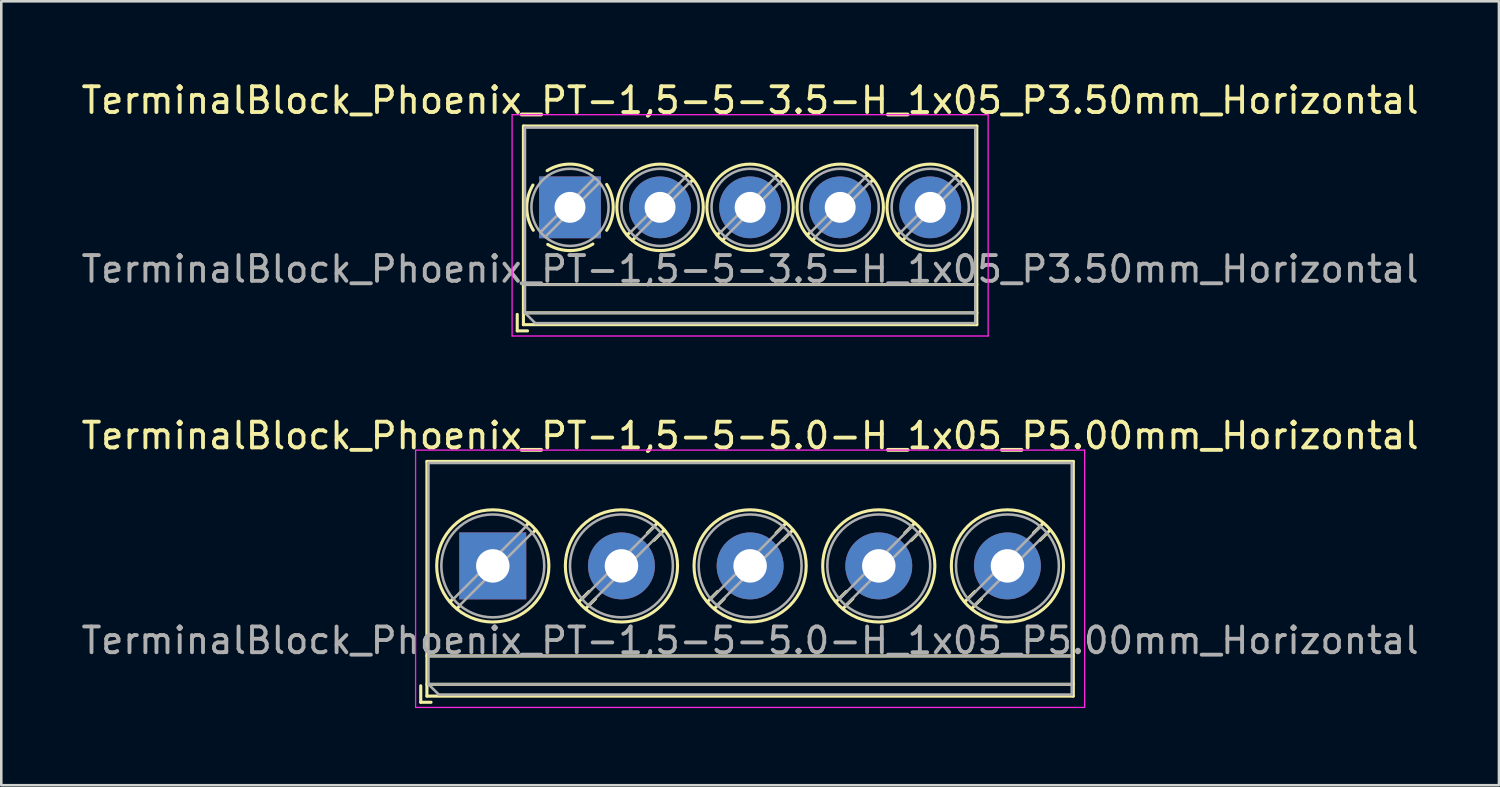
<source format=kicad_pcb>
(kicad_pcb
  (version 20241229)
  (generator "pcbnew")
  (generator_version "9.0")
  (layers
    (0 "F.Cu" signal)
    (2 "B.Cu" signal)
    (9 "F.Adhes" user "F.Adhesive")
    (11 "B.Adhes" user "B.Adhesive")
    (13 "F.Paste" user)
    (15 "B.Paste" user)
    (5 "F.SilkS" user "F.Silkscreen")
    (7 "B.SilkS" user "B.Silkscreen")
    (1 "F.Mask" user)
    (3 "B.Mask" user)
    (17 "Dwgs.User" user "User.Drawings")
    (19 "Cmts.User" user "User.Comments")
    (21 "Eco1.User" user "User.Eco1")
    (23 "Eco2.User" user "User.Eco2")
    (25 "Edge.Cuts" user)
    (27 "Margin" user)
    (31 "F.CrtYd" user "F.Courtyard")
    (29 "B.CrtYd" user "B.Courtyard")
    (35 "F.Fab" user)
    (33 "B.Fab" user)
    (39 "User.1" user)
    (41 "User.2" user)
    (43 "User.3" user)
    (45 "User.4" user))
  (footprint "TerminalBlock_Phoenix_PT-1,5-5-3.5-H_1x05_P3.50mm_Horizontal"
    (layer "F.Cu")
    (at 19.101 5.008)
    (property "Reference" "TerminalBlock_Phoenix_PT-1,5-5-3.5-H_1x05_P3.50mm_Horizontal" (at 7 -4.16 0) (layer "F.SilkS") (effects (font (size 1 1) (thickness 0.15))))
    (attr through_hole)
    (fp_line (start -2.05 4.16) (end -2.05 4.8) (stroke (width 0.12) (type solid)) (layer "F.SilkS"))
    (fp_line (start -2.05 4.8) (end -1.65 4.8) (stroke (width 0.12) (type solid)) (layer "F.SilkS"))
    (fp_line (start -1.81 -3.16) (end -1.81 4.56) (stroke (width 0.12) (type solid)) (layer "F.SilkS"))
    (fp_line (start -1.81 -3.16) (end 15.81 -3.16) (stroke (width 0.12) (type solid)) (layer "F.SilkS"))
    (fp_line (start -1.81 3) (end 15.81 3) (stroke (width 0.12) (type solid)) (layer "F.SilkS"))
    (fp_line (start -1.81 4.1) (end 15.81 4.1) (stroke (width 0.12) (type solid)) (layer "F.SilkS"))
    (fp_line (start -1.81 4.56) (end 15.81 4.56) (stroke (width 0.12) (type solid)) (layer "F.SilkS"))
    (fp_line (start 2.355 0.941) (end 2.226 1.069) (stroke (width 0.12) (type solid)) (layer "F.SilkS"))
    (fp_line (start 2.525 1.181) (end 2.431 1.274) (stroke (width 0.12) (type solid)) (layer "F.SilkS"))
    (fp_line (start 4.57 -1.275) (end 4.476 -1.181) (stroke (width 0.12) (type solid)) (layer "F.SilkS"))
    (fp_line (start 4.775 -1.069) (end 4.646 -0.941) (stroke (width 0.12) (type solid)) (layer "F.SilkS"))
    (fp_line (start 5.855 0.941) (end 5.726 1.069) (stroke (width 0.12) (type solid)) (layer "F.SilkS"))
    (fp_line (start 6.025 1.181) (end 5.931 1.274) (stroke (width 0.12) (type solid)) (layer "F.SilkS"))
    (fp_line (start 8.07 -1.275) (end 7.976 -1.181) (stroke (width 0.12) (type solid)) (layer "F.SilkS"))
    (fp_line (start 8.275 -1.069) (end 8.146 -0.941) (stroke (width 0.12) (type solid)) (layer "F.SilkS"))
    (fp_line (start 9.355 0.941) (end 9.226 1.069) (stroke (width 0.12) (type solid)) (layer "F.SilkS"))
    (fp_line (start 9.525 1.181) (end 9.431 1.274) (stroke (width 0.12) (type solid)) (layer "F.SilkS"))
    (fp_line (start 11.57 -1.275) (end 11.476 -1.181) (stroke (width 0.12) (type solid)) (layer "F.SilkS"))
    (fp_line (start 11.775 -1.069) (end 11.646 -0.941) (stroke (width 0.12) (type solid)) (layer "F.SilkS"))
    (fp_line (start 12.855 0.941) (end 12.726 1.069) (stroke (width 0.12) (type solid)) (layer "F.SilkS"))
    (fp_line (start 13.025 1.181) (end 12.931 1.274) (stroke (width 0.12) (type solid)) (layer "F.SilkS"))
    (fp_line (start 15.07 -1.275) (end 14.976 -1.181) (stroke (width 0.12) (type solid)) (layer "F.SilkS"))
    (fp_line (start 15.275 -1.069) (end 15.146 -0.941) (stroke (width 0.12) (type solid)) (layer "F.SilkS"))
    (fp_line (start 15.81 -3.16) (end 15.81 4.56) (stroke (width 0.12) (type solid)) (layer "F.SilkS"))
    (fp_arc (start -1.425358 0.889894) (mid -1.680286 0.014012) (end -1.44 -0.866) (stroke (width 0.12) (type solid)) (layer "F.SilkS"))
    (fp_arc (start -0.889894 -1.425358) (mid -0.014012 -1.680286) (end 0.866 -1.44) (stroke (width 0.12) (type solid)) (layer "F.SilkS"))
    (fp_arc (start 0.028674 1.680099) (mid -0.435535 1.622918) (end -0.866 1.44) (stroke (width 0.12) (type solid)) (layer "F.SilkS"))
    (fp_arc (start 0.890264 1.424721) (mid 0.463071 1.61492) (end 0 1.68) (stroke (width 0.12) (type solid)) (layer "F.SilkS"))
    (fp_arc (start 1.425504 -0.890193) (mid 1.680626 0.000476) (end 1.425 0.891) (stroke (width 0.12) (type solid)) (layer "F.SilkS"))
    (fp_circle (center 3.5 0) (end 5.18 0) (stroke (width 0.12) (type solid)) (fill no) (layer "F.SilkS"))
    (fp_circle (center 7 0) (end 8.68 0) (stroke (width 0.12) (type solid)) (fill no) (layer "F.SilkS"))
    (fp_circle (center 10.5 0) (end 12.18 0) (stroke (width 0.12) (type solid)) (fill no) (layer "F.SilkS"))
    (fp_circle (center 14 0) (end 15.68 0) (stroke (width 0.12) (type solid)) (fill no) (layer "F.SilkS"))
    (fp_line (start -2.25 -3.6) (end -2.25 5) (stroke (width 0.05) (type solid)) (layer "F.CrtYd"))
    (fp_line (start -2.25 5) (end 16.25 5) (stroke (width 0.05) (type solid)) (layer "F.CrtYd"))
    (fp_line (start 16.25 -3.6) (end -2.25 -3.6) (stroke (width 0.05) (type solid)) (layer "F.CrtYd"))
    (fp_line (start 16.25 5) (end 16.25 -3.6) (stroke (width 0.05) (type solid)) (layer "F.CrtYd"))
    (fp_line (start -1.75 -3.1) (end 15.75 -3.1) (stroke (width 0.1) (type solid)) (layer "F.Fab"))
    (fp_line (start -1.75 3) (end 15.75 3) (stroke (width 0.1) (type solid)) (layer "F.Fab"))
    (fp_line (start -1.75 4.1) (end -1.75 -3.1) (stroke (width 0.1) (type solid)) (layer "F.Fab"))
    (fp_line (start -1.75 4.1) (end 15.75 4.1) (stroke (width 0.1) (type solid)) (layer "F.Fab"))
    (fp_line (start -1.35 4.5) (end -1.75 4.1) (stroke (width 0.1) (type solid)) (layer "F.Fab"))
    (fp_line (start 0.955 -1.138) (end -1.138 0.955) (stroke (width 0.1) (type solid)) (layer "F.Fab"))
    (fp_line (start 1.138 -0.955) (end -0.955 1.138) (stroke (width 0.1) (type solid)) (layer "F.Fab"))
    (fp_line (start 4.455 -1.138) (end 2.363 0.955) (stroke (width 0.1) (type solid)) (layer "F.Fab"))
    (fp_line (start 4.638 -0.955) (end 2.546 1.138) (stroke (width 0.1) (type solid)) (layer "F.Fab"))
    (fp_line (start 7.955 -1.138) (end 5.863 0.955) (stroke (width 0.1) (type solid)) (layer "F.Fab"))
    (fp_line (start 8.138 -0.955) (end 6.046 1.138) (stroke (width 0.1) (type solid)) (layer "F.Fab"))
    (fp_line (start 11.455 -1.138) (end 9.363 0.955) (stroke (width 0.1) (type solid)) (layer "F.Fab"))
    (fp_line (start 11.638 -0.955) (end 9.546 1.138) (stroke (width 0.1) (type solid)) (layer "F.Fab"))
    (fp_line (start 14.955 -1.138) (end 12.863 0.955) (stroke (width 0.1) (type solid)) (layer "F.Fab"))
    (fp_line (start 15.138 -0.955) (end 13.046 1.138) (stroke (width 0.1) (type solid)) (layer "F.Fab"))
    (fp_line (start 15.75 -3.1) (end 15.75 4.5) (stroke (width 0.1) (type solid)) (layer "F.Fab"))
    (fp_line (start 15.75 4.5) (end -1.35 4.5) (stroke (width 0.1) (type solid)) (layer "F.Fab"))
    (fp_circle (center 0 0) (end 1.5 0) (stroke (width 0.1) (type solid)) (fill no) (layer "F.Fab"))
    (fp_circle (center 3.5 0) (end 5 0) (stroke (width 0.1) (type solid)) (fill no) (layer "F.Fab"))
    (fp_circle (center 7 0) (end 8.5 0) (stroke (width 0.1) (type solid)) (fill no) (layer "F.Fab"))
    (fp_circle (center 10.5 0) (end 12 0) (stroke (width 0.1) (type solid)) (fill no) (layer "F.Fab"))
    (fp_circle (center 14 0) (end 15.5 0) (stroke (width 0.1) (type solid)) (fill no) (layer "F.Fab"))
    (fp_text user "${REFERENCE}" (at 7 2.4 0) (layer "F.Fab") (effects (font (size 1 1) (thickness 0.15))))
    (pad "1" thru_hole rect (at 0 0) (size 2.4 2.4) (drill 1.2) (layers "*.Cu" "*.Mask"))
    (pad "2" thru_hole circle (at 3.5 0) (size 2.4 2.4) (drill 1.2) (layers "*.Cu" "*.Mask"))
    (pad "3" thru_hole circle (at 7 0) (size 2.4 2.4) (drill 1.2) (layers "*.Cu" "*.Mask"))
    (pad "4" thru_hole circle (at 10.5 0) (size 2.4 2.4) (drill 1.2) (layers "*.Cu" "*.Mask"))
    (pad "5" thru_hole circle (at 14 0) (size 2.4 2.4) (drill 1.2) (layers "*.Cu" "*.Mask")))
  (footprint "TerminalBlock_Phoenix_PT-1,5-5-5.0-H_1x05_P5.00mm_Horizontal"
    (layer "F.Cu")
    (at 16.101 18.942)
    (property "Reference" "TerminalBlock_Phoenix_PT-1,5-5-5.0-H_1x05_P5.00mm_Horizontal" (at 10 -5.06 0) (layer "F.SilkS") (effects (font (size 1 1) (thickness 0.15))))
    (attr through_hole)
    (fp_line (start -2.8 4.66) (end -2.8 5.3) (stroke (width 0.12) (type solid)) (layer "F.SilkS"))
    (fp_line (start -2.8 5.3) (end -2.4 5.3) (stroke (width 0.12) (type solid)) (layer "F.SilkS"))
    (fp_line (start -2.56 -4.06) (end -2.56 5.06) (stroke (width 0.12) (type solid)) (layer "F.SilkS"))
    (fp_line (start -2.56 -4.06) (end 22.56 -4.06) (stroke (width 0.12) (type solid)) (layer "F.SilkS"))
    (fp_line (start -2.56 3.5) (end 22.56 3.5) (stroke (width 0.12) (type solid)) (layer "F.SilkS"))
    (fp_line (start -2.56 4.6) (end 22.56 4.6) (stroke (width 0.12) (type solid)) (layer "F.SilkS"))
    (fp_line (start -2.56 5.06) (end 22.56 5.06) (stroke (width 0.12) (type solid)) (layer "F.SilkS"))
    (fp_line (start -1.548 1.281) (end -1.654 1.388) (stroke (width 0.12) (type solid)) (layer "F.SilkS"))
    (fp_line (start -1.282 1.547) (end -1.388 1.654) (stroke (width 0.12) (type solid)) (layer "F.SilkS"))
    (fp_line (start 1.388 -1.654) (end 1.281 -1.547) (stroke (width 0.12) (type solid)) (layer "F.SilkS"))
    (fp_line (start 1.654 -1.388) (end 1.547 -1.281) (stroke (width 0.12) (type solid)) (layer "F.SilkS"))
    (fp_line (start 3.742 0.992) (end 3.347 1.388) (stroke (width 0.12) (type solid)) (layer "F.SilkS"))
    (fp_line (start 3.993 1.274) (end 3.613 1.654) (stroke (width 0.12) (type solid)) (layer "F.SilkS"))
    (fp_line (start 6.388 -1.654) (end 6.008 -1.274) (stroke (width 0.12) (type solid)) (layer "F.SilkS"))
    (fp_line (start 6.654 -1.388) (end 6.259 -0.992) (stroke (width 0.12) (type solid)) (layer "F.SilkS"))
    (fp_line (start 8.742 0.992) (end 8.347 1.388) (stroke (width 0.12) (type solid)) (layer "F.SilkS"))
    (fp_line (start 8.993 1.274) (end 8.613 1.654) (stroke (width 0.12) (type solid)) (layer "F.SilkS"))
    (fp_line (start 11.388 -1.654) (end 11.008 -1.274) (stroke (width 0.12) (type solid)) (layer "F.SilkS"))
    (fp_line (start 11.654 -1.388) (end 11.259 -0.992) (stroke (width 0.12) (type solid)) (layer "F.SilkS"))
    (fp_line (start 13.742 0.992) (end 13.347 1.388) (stroke (width 0.12) (type solid)) (layer "F.SilkS"))
    (fp_line (start 13.993 1.274) (end 13.613 1.654) (stroke (width 0.12) (type solid)) (layer "F.SilkS"))
    (fp_line (start 16.388 -1.654) (end 16.008 -1.274) (stroke (width 0.12) (type solid)) (layer "F.SilkS"))
    (fp_line (start 16.654 -1.388) (end 16.259 -0.992) (stroke (width 0.12) (type solid)) (layer "F.SilkS"))
    (fp_line (start 18.742 0.992) (end 18.347 1.388) (stroke (width 0.12) (type solid)) (layer "F.SilkS"))
    (fp_line (start 18.993 1.274) (end 18.613 1.654) (stroke (width 0.12) (type solid)) (layer "F.SilkS"))
    (fp_line (start 21.388 -1.654) (end 21.008 -1.274) (stroke (width 0.12) (type solid)) (layer "F.SilkS"))
    (fp_line (start 21.654 -1.388) (end 21.259 -0.992) (stroke (width 0.12) (type solid)) (layer "F.SilkS"))
    (fp_line (start 22.56 -4.06) (end 22.56 5.06) (stroke (width 0.12) (type solid)) (layer "F.SilkS"))
    (fp_circle (center 0 0) (end 2.18 0) (stroke (width 0.12) (type solid)) (fill no) (layer "F.SilkS"))
    (fp_circle (center 5 0) (end 7.18 0) (stroke (width 0.12) (type solid)) (fill no) (layer "F.SilkS"))
    (fp_circle (center 10 0) (end 12.18 0) (stroke (width 0.12) (type solid)) (fill no) (layer "F.SilkS"))
    (fp_circle (center 15 0) (end 17.18 0) (stroke (width 0.12) (type solid)) (fill no) (layer "F.SilkS"))
    (fp_circle (center 20 0) (end 22.18 0) (stroke (width 0.12) (type solid)) (fill no) (layer "F.SilkS"))
    (fp_line (start -3 -4.5) (end -3 5.5) (stroke (width 0.05) (type solid)) (layer "F.CrtYd"))
    (fp_line (start -3 5.5) (end 23 5.5) (stroke (width 0.05) (type solid)) (layer "F.CrtYd"))
    (fp_line (start 23 -4.5) (end -3 -4.5) (stroke (width 0.05) (type solid)) (layer "F.CrtYd"))
    (fp_line (start 23 5.5) (end 23 -4.5) (stroke (width 0.05) (type solid)) (layer "F.CrtYd"))
    (fp_line (start -2.5 -4) (end 22.5 -4) (stroke (width 0.1) (type solid)) (layer "F.Fab"))
    (fp_line (start -2.5 3.5) (end 22.5 3.5) (stroke (width 0.1) (type solid)) (layer "F.Fab"))
    (fp_line (start -2.5 4.6) (end -2.5 -4) (stroke (width 0.1) (type solid)) (layer "F.Fab"))
    (fp_line (start -2.5 4.6) (end 22.5 4.6) (stroke (width 0.1) (type solid)) (layer "F.Fab"))
    (fp_line (start -2.1 5) (end -2.5 4.6) (stroke (width 0.1) (type solid)) (layer "F.Fab"))
    (fp_line (start 1.273 -1.517) (end -1.517 1.273) (stroke (width 0.1) (type solid)) (layer "F.Fab"))
    (fp_line (start 1.517 -1.273) (end -1.273 1.517) (stroke (width 0.1) (type solid)) (layer "F.Fab"))
    (fp_line (start 6.273 -1.517) (end 3.484 1.273) (stroke (width 0.1) (type solid)) (layer "F.Fab"))
    (fp_line (start 6.517 -1.273) (end 3.728 1.517) (stroke (width 0.1) (type solid)) (layer "F.Fab"))
    (fp_line (start 11.273 -1.517) (end 8.484 1.273) (stroke (width 0.1) (type solid)) (layer "F.Fab"))
    (fp_line (start 11.517 -1.273) (end 8.728 1.517) (stroke (width 0.1) (type solid)) (layer "F.Fab"))
    (fp_line (start 16.273 -1.517) (end 13.484 1.273) (stroke (width 0.1) (type solid)) (layer "F.Fab"))
    (fp_line (start 16.517 -1.273) (end 13.728 1.517) (stroke (width 0.1) (type solid)) (layer "F.Fab"))
    (fp_line (start 21.273 -1.517) (end 18.484 1.273) (stroke (width 0.1) (type solid)) (layer "F.Fab"))
    (fp_line (start 21.517 -1.273) (end 18.728 1.517) (stroke (width 0.1) (type solid)) (layer "F.Fab"))
    (fp_line (start 22.5 -4) (end 22.5 5) (stroke (width 0.1) (type solid)) (layer "F.Fab"))
    (fp_line (start 22.5 5) (end -2.1 5) (stroke (width 0.1) (type solid)) (layer "F.Fab"))
    (fp_circle (center 0 0) (end 2 0) (stroke (width 0.1) (type solid)) (fill no) (layer "F.Fab"))
    (fp_circle (center 5 0) (end 7 0) (stroke (width 0.1) (type solid)) (fill no) (layer "F.Fab"))
    (fp_circle (center 10 0) (end 12 0) (stroke (width 0.1) (type solid)) (fill no) (layer "F.Fab"))
    (fp_circle (center 15 0) (end 17 0) (stroke (width 0.1) (type solid)) (fill no) (layer "F.Fab"))
    (fp_circle (center 20 0) (end 22 0) (stroke (width 0.1) (type solid)) (fill no) (layer "F.Fab"))
    (fp_text user "${REFERENCE}" (at 10 2.9 0) (layer "F.Fab") (effects (font (size 1 1) (thickness 0.15))))
    (pad "1" thru_hole rect (at 0 0) (size 2.6 2.6) (drill 1.3) (layers "*.Cu" "*.Mask"))
    (pad "2" thru_hole circle (at 5 0) (size 2.6 2.6) (drill 1.3) (layers "*.Cu" "*.Mask"))
    (pad "3" thru_hole circle (at 10 0) (size 2.6 2.6) (drill 1.3) (layers "*.Cu" "*.Mask"))
    (pad "4" thru_hole circle (at 15 0) (size 2.6 2.6) (drill 1.3) (layers "*.Cu" "*.Mask"))
    (pad "5" thru_hole circle (at 20 0) (size 2.6 2.6) (drill 1.3) (layers "*.Cu" "*.Mask")))
  (gr_rect
    (start -3 -3)
    (end 55.202 27.466)
    (stroke (width 0.1) (type default))
    (fill no)
    (layer "Edge.Cuts")))
</source>
